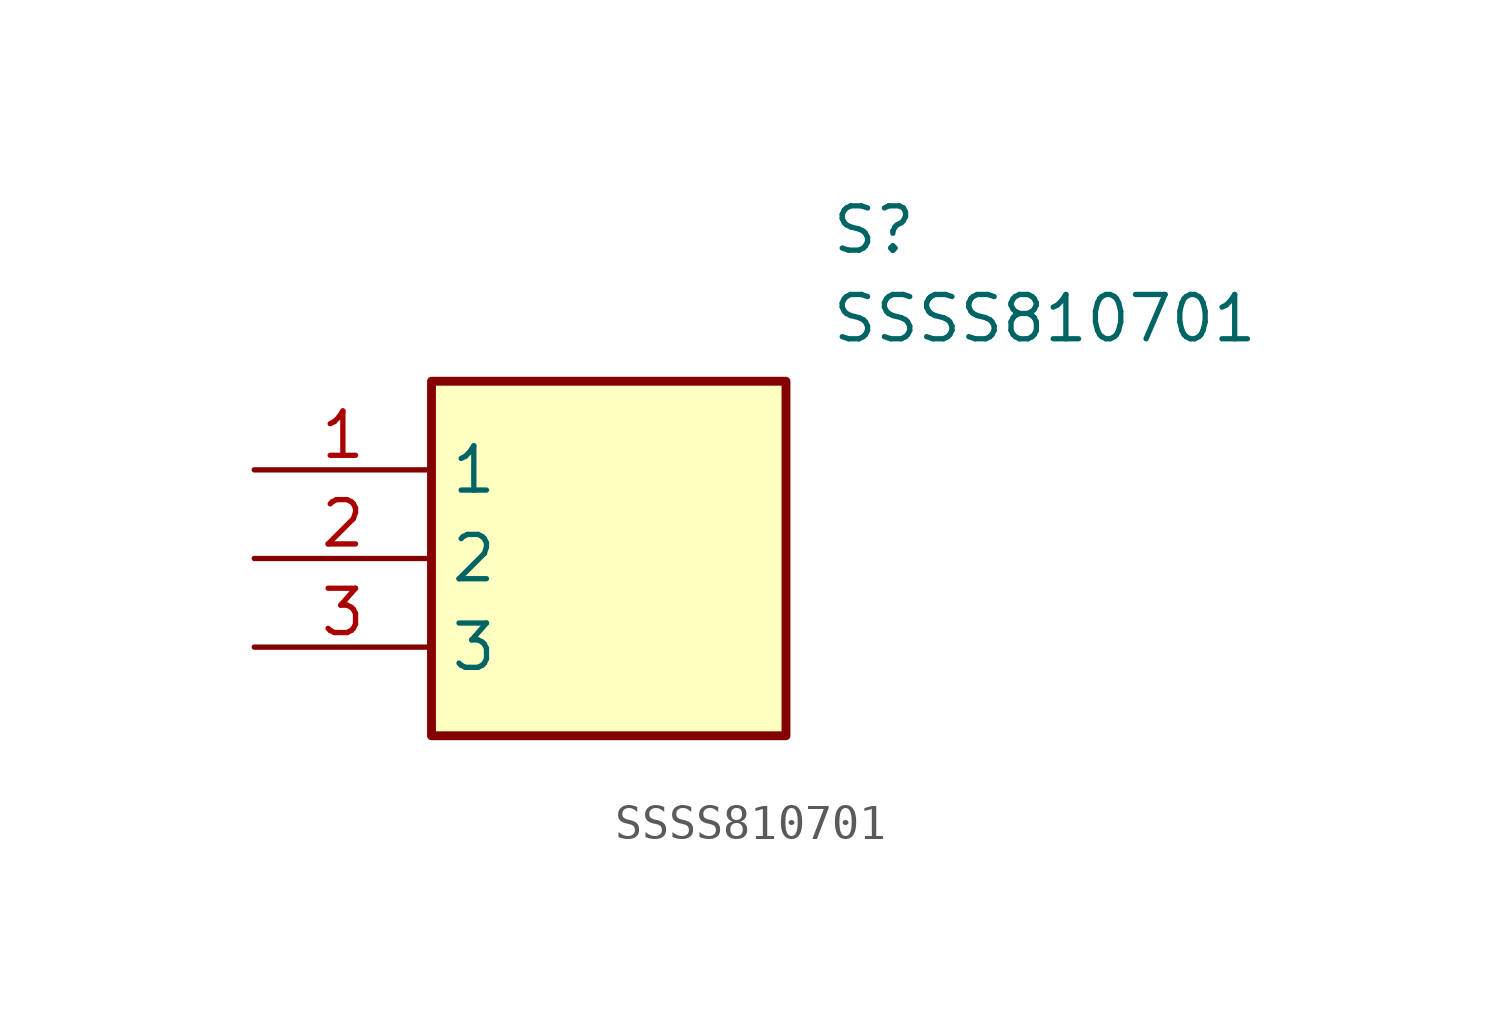
<source format=kicad_sym>
(kicad_symbol_lib
  (version 20211014)
  (generator SamacSys_ECAD_Model)
  (symbol "SSSS810701"
    (property "Reference" "S"
      (at 16.51 7.62 0)
      (effects (font (size 1.27 1.27)) (justify left top)))
    (property "Value" "SSSS810701"
      (at 16.51 5.08 0)
      (effects (font (size 1.27 1.27)) (justify left top)))
    (rectangle
      (start 5.08 2.54)
      (end 15.24 -7.62)
      (stroke (width 0.254) (type default))
      (fill (type background)))
    (pin passive line
      (at 0 0 0)
      (length 5.08)
      (name "1" (effects (font (size 1.27 1.27))))
      (number "1" (effects (font (size 1.27 1.27)))))
    (pin passive line
      (at 0 -2.54 0)
      (length 5.08)
      (name "2" (effects (font (size 1.27 1.27))))
      (number "2" (effects (font (size 1.27 1.27)))))
    (pin passive line
      (at 0 -5.08 0)
      (length 5.08)
      (name "3" (effects (font (size 1.27 1.27))))
      (number "3" (effects (font (size 1.27 1.27)))))))
</source>
